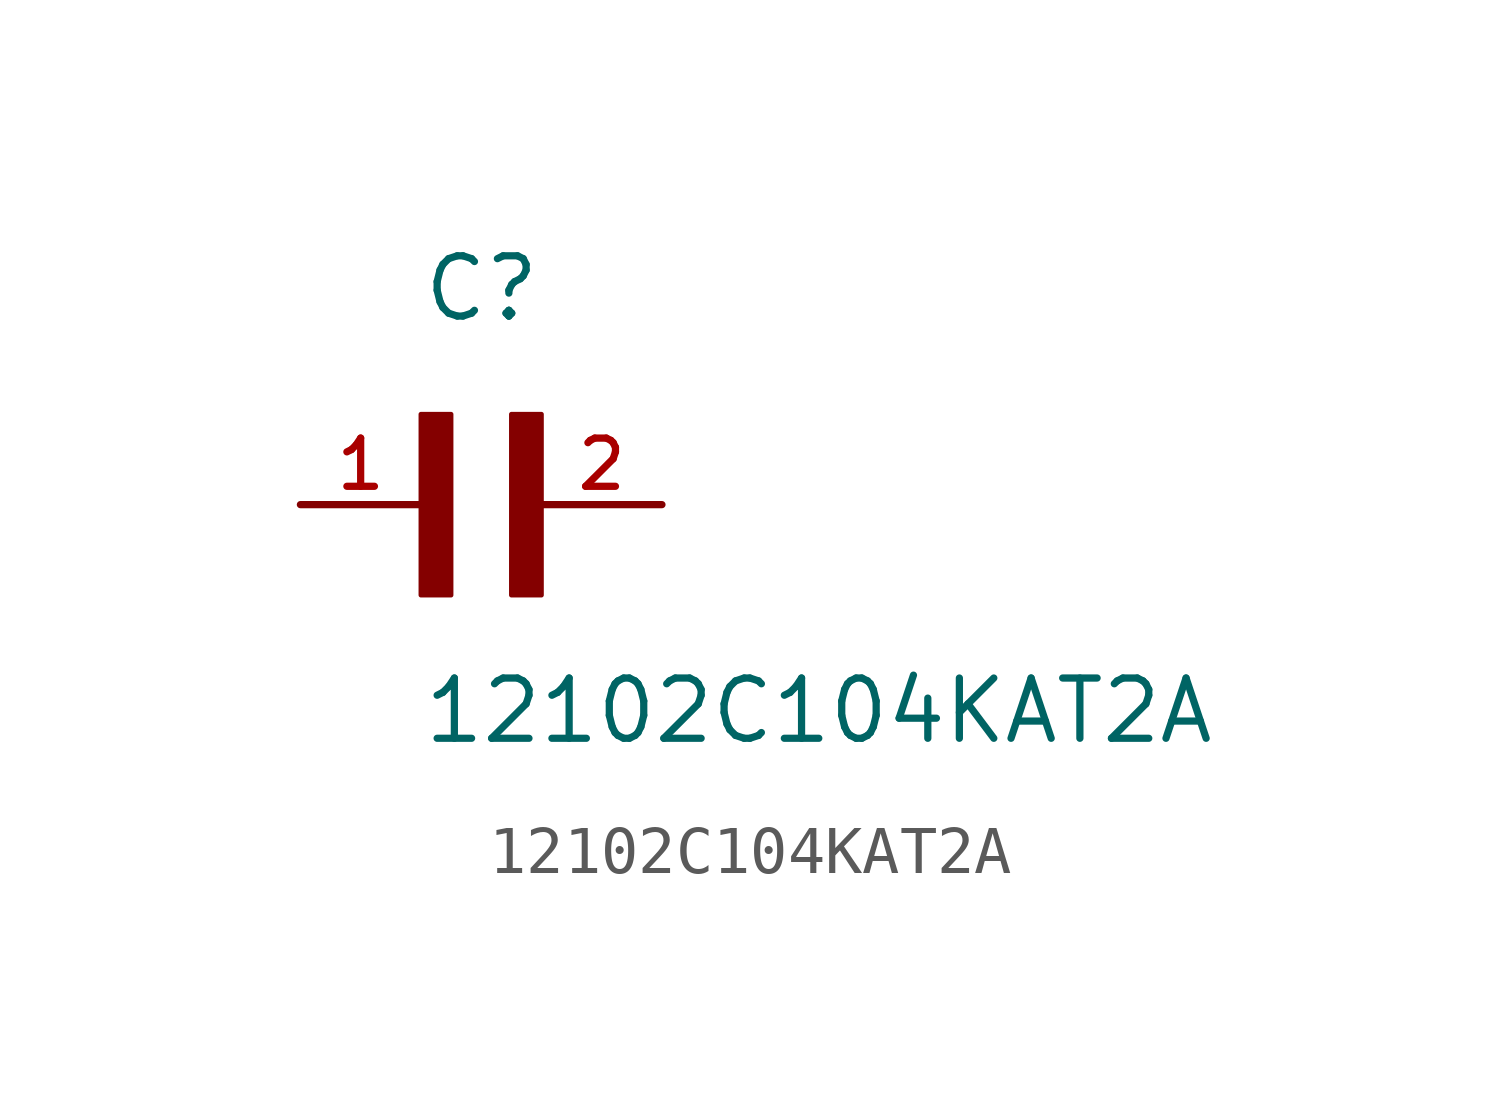
<source format=kicad_sym>
(kicad_symbol_lib
  (version 20211014)
  (generator kicad_symbol_editor)
  (symbol "12102C104KAT2A"
    (pin_names
      (offset 1.016))
    (property "Reference" "C"
      (at 0.0 3.811 0)
      (effects (font (size 1.27 1.27)) (justify bottom left)))
    (property "Value" "12102C104KAT2A"
      (at 0.0 -5.088 0)
      (effects (font (size 1.27 1.27)) (justify bottom left)))
    (symbol "12102C104KAT2A_0_0"
      (rectangle (start 0.0 -1.907) (end 0.635 1.905) (stroke (width 0.1)) (fill (type outline)))
      (rectangle (start 1.907 -1.907) (end 2.54 1.905) (stroke (width 0.1)) (fill (type outline)))
      (pin passive line (at 5.08 0.0 180.0) (length 2.54) (name "~" (effects (font (size 1.016 1.016)))) (number "2" (effects (font (size 1.016 1.016)))))
      (pin passive line (at -2.54 0.0 0) (length 2.54) (name "~" (effects (font (size 1.016 1.016)))) (number "1" (effects (font (size 1.016 1.016))))))))
</source>
